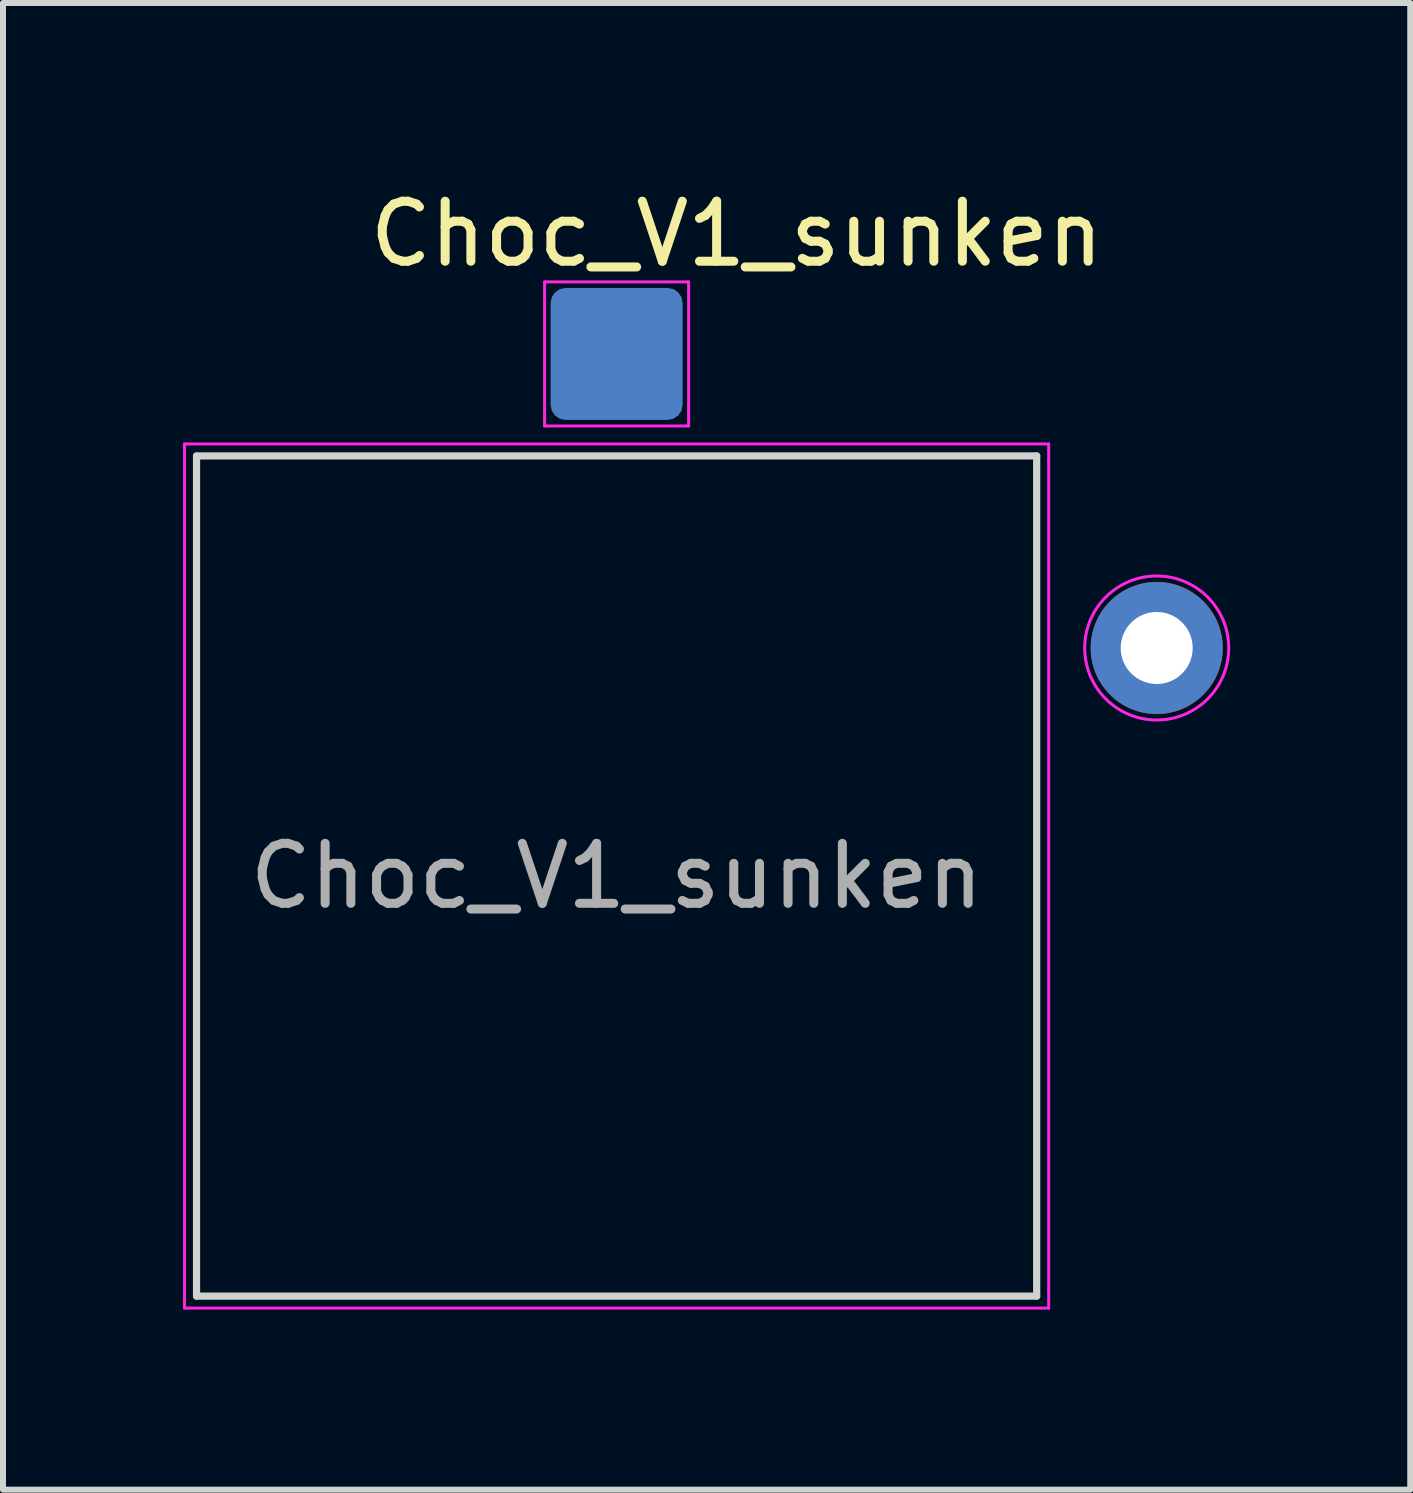
<source format=kicad_pcb>
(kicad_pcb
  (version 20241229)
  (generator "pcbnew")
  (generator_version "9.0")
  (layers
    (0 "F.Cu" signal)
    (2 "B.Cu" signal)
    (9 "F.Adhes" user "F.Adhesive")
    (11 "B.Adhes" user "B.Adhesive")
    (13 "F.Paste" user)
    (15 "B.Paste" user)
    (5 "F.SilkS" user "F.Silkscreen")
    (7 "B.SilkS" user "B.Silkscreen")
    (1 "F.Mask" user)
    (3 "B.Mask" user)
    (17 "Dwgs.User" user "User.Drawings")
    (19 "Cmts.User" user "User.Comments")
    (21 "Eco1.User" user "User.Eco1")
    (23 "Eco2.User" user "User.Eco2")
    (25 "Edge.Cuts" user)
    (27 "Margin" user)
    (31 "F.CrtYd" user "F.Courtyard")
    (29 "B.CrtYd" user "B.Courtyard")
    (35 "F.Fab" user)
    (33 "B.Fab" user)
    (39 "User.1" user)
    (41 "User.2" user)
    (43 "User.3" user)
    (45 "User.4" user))
  (footprint "Choc_V1_sunken"
    (layer "F.Cu")
    (at 7.225 11.548)
    (property "Reference" "Choc_V1_sunken" (at 2 -10.7 0) (layer "F.SilkS") (effects (font (size 1 1) (thickness 0.15))))
    (attr through_hole)
    (fp_circle (center 0 -5.9) (end 1.1 -5.9) (stroke (width 0.1) (type solid)) (fill no) (layer "Eco1.User"))
    (fp_circle (center 5 -3.8) (end 6.1 -3.8) (stroke (width 0.1) (type solid)) (fill no) (layer "Eco1.User"))
    (fp_line (start -7 -7) (end -7 7) (stroke (width 0.12) (type solid)) (layer "Edge.Cuts"))
    (fp_line (start -7 7) (end 7 7) (stroke (width 0.12) (type solid)) (layer "Edge.Cuts"))
    (fp_line (start 7 -7) (end -7 -7) (stroke (width 0.12) (type solid)) (layer "Edge.Cuts"))
    (fp_line (start 7 7) (end 7 -7) (stroke (width 0.12) (type solid)) (layer "Edge.Cuts"))
    (fp_line (start -7.2 -7.2) (end -7.2 7.2) (stroke (width 0.05) (type solid)) (layer "F.CrtYd"))
    (fp_line (start -7.2 -7.2) (end 7.2 -7.2) (stroke (width 0.05) (type default)) (layer "F.CrtYd"))
    (fp_line (start -7.2 7.2) (end 7.2 7.2) (stroke (width 0.05) (type solid)) (layer "F.CrtYd"))
    (fp_line (start -1.2 -9.9) (end 1.2 -9.9) (stroke (width 0.05) (type default)) (layer "F.CrtYd"))
    (fp_line (start -1.2 -7.5) (end -1.2 -9.9) (stroke (width 0.05) (type default)) (layer "F.CrtYd"))
    (fp_line (start 1.2 -9.9) (end 1.2 -7.5) (stroke (width 0.05) (type default)) (layer "F.CrtYd"))
    (fp_line (start 1.2 -7.5) (end -1.2 -7.5) (stroke (width 0.05) (type default)) (layer "F.CrtYd"))
    (fp_line (start 7.2 7.2) (end 7.2 -7.2) (stroke (width 0.05) (type default)) (layer "F.CrtYd"))
    (fp_circle (center 9 -3.8) (end 10.2 -3.8) (stroke (width 0.05) (type default)) (fill no) (layer "F.CrtYd"))
    (fp_text user "${REFERENCE}" (at 0 0 0) (layer "F.Fab") (effects (font (size 1 1) (thickness 0.15))))
    (pad "1" smd roundrect (at 0 -8.7) (size 2.2 2.2) (layers "B.Cu" "B.Mask" "B.Paste") (roundrect_rratio 0.114))
    (pad "2" thru_hole circle (at 9 -3.8) (size 2.2 2.2) (drill 1.2) (layers "*.Cu" "*.Mask")))
  (gr_rect
    (start -3 -3)
    (end 20.45 21.773)
    (stroke (width 0.1) (type default))
    (fill no)
    (layer "Edge.Cuts")))
</source>
